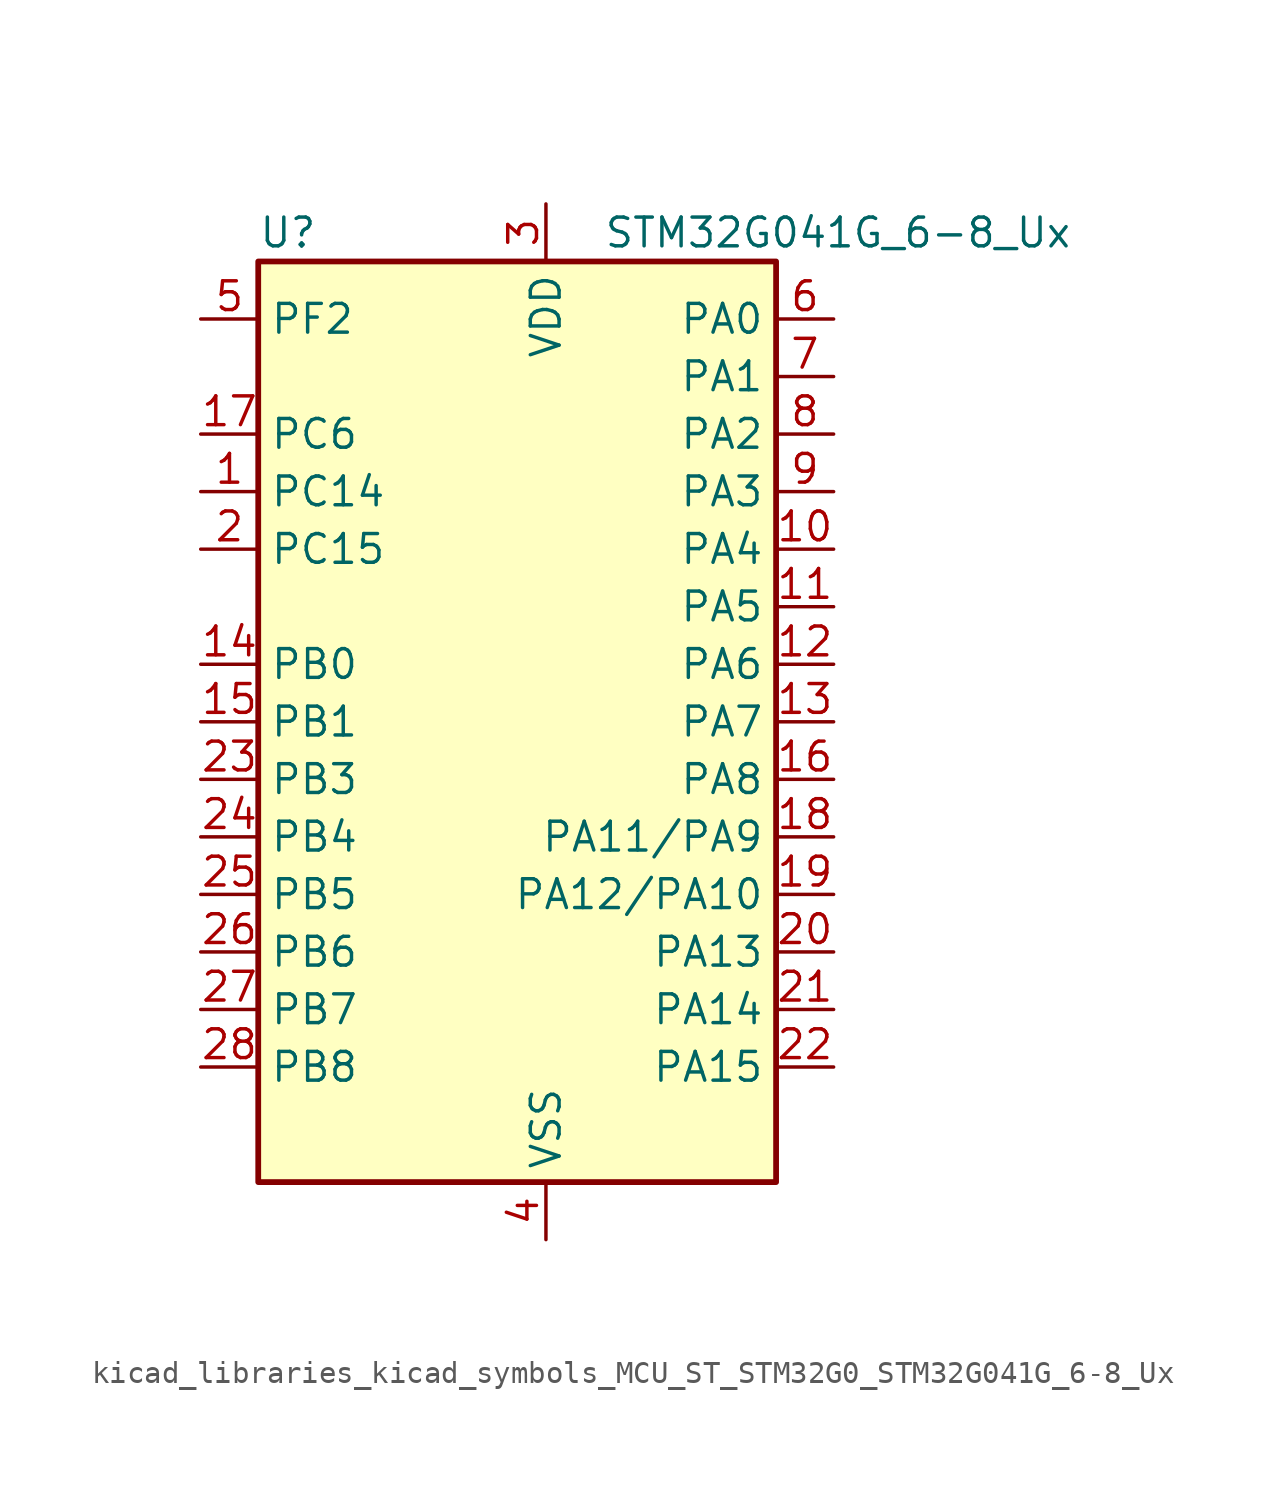
<source format=kicad_sym>
(kicad_symbol_lib
  (version 20220914)
  (generator kicad_symbol_editor)
  (symbol "kicad_libraries_kicad_symbols_MCU_ST_STM32G0_STM32G041G_6-8_Ux"
    (property "Reference" "U"
      (at -10.16 21.59 0)
      (effects (font (size 1.27 1.27)) (justify left)))
    (property "Value" "STM32G041G_6-8_Ux"
      (at 5.08 21.59 0)
      (effects (font (size 1.27 1.27)) (justify left)))
    (property "ki_locked" ""
      (at 0 0 0)
      (effects (font (size 1.27 1.27))))
    (symbol "kicad_libraries_kicad_symbols_MCU_ST_STM32G0_STM32G041G_6-8_Ux_0_1"
      (rectangle (start -10.16 -20.32) (end 12.7 20.32) (stroke (width 0.254) (type default)) (fill (type background))))
    (symbol "kicad_libraries_kicad_symbols_MCU_ST_STM32G0_STM32G041G_6-8_Ux_1_1"
      (pin bidirectional line (at -12.7 10.16 0) (length 2.54) (name "PC14" (effects (font (size 1.27 1.27)))) (number "1" (effects (font (size 1.27 1.27)))) (alternate "RCC_OSC32_IN" bidirectional line) (alternate "RCC_OSC_IN" bidirectional line) (alternate "TIM1_BK2" bidirectional line))
      (pin bidirectional line (at 15.24 7.62 180) (length 2.54) (name "PA4" (effects (font (size 1.27 1.27)))) (number "10" (effects (font (size 1.27 1.27)))) (alternate "ADC1_IN4" bidirectional line) (alternate "I2S1_WS" bidirectional line) (alternate "LPTIM2_OUT" bidirectional line) (alternate "RTC_OUT_ALARM" bidirectional line) (alternate "RTC_OUT_CALIB" bidirectional line) (alternate "RTC_TAMP_IN1" bidirectional line) (alternate "RTC_TS" bidirectional line) (alternate "SPI1_NSS" bidirectional line) (alternate "SPI2_MOSI" bidirectional line) (alternate "SYS_WKUP2" bidirectional line) (alternate "TIM14_CH1" bidirectional line))
      (pin bidirectional line (at 15.24 5.08 180) (length 2.54) (name "PA5" (effects (font (size 1.27 1.27)))) (number "11" (effects (font (size 1.27 1.27)))) (alternate "ADC1_IN5" bidirectional line) (alternate "I2S1_CK" bidirectional line) (alternate "LPTIM2_ETR" bidirectional line) (alternate "SPI1_SCK" bidirectional line) (alternate "TIM2_CH1" bidirectional line) (alternate "TIM2_ETR" bidirectional line))
      (pin bidirectional line (at 15.24 2.54 180) (length 2.54) (name "PA6" (effects (font (size 1.27 1.27)))) (number "12" (effects (font (size 1.27 1.27)))) (alternate "ADC1_IN6" bidirectional line) (alternate "I2S1_MCK" bidirectional line) (alternate "LPUART1_CTS" bidirectional line) (alternate "SPI1_MISO" bidirectional line) (alternate "TIM16_CH1" bidirectional line) (alternate "TIM1_BK" bidirectional line) (alternate "TIM3_CH1" bidirectional line))
      (pin bidirectional line (at 15.24 0 180) (length 2.54) (name "PA7" (effects (font (size 1.27 1.27)))) (number "13" (effects (font (size 1.27 1.27)))) (alternate "ADC1_IN7" bidirectional line) (alternate "I2S1_SD" bidirectional line) (alternate "SPI1_MOSI" bidirectional line) (alternate "TIM14_CH1" bidirectional line) (alternate "TIM17_CH1" bidirectional line) (alternate "TIM1_CH1N" bidirectional line) (alternate "TIM3_CH2" bidirectional line))
      (pin bidirectional line (at -12.7 2.54 0) (length 2.54) (name "PB0" (effects (font (size 1.27 1.27)))) (number "14" (effects (font (size 1.27 1.27)))) (alternate "ADC1_IN8" bidirectional line) (alternate "I2S1_WS" bidirectional line) (alternate "LPTIM1_OUT" bidirectional line) (alternate "SPI1_NSS" bidirectional line) (alternate "TIM1_CH2N" bidirectional line) (alternate "TIM3_CH3" bidirectional line))
      (pin bidirectional line (at -12.7 0 0) (length 2.54) (name "PB1" (effects (font (size 1.27 1.27)))) (number "15" (effects (font (size 1.27 1.27)))) (alternate "ADC1_IN9" bidirectional line) (alternate "LPTIM2_IN1" bidirectional line) (alternate "LPUART1_DE" bidirectional line) (alternate "LPUART1_RTS" bidirectional line) (alternate "TIM14_CH1" bidirectional line) (alternate "TIM1_CH3N" bidirectional line) (alternate "TIM3_CH4" bidirectional line))
      (pin bidirectional line (at 15.24 -2.54 180) (length 2.54) (name "PA8" (effects (font (size 1.27 1.27)))) (number "16" (effects (font (size 1.27 1.27)))) (alternate "LPTIM2_OUT" bidirectional line) (alternate "RCC_MCO" bidirectional line) (alternate "SPI2_NSS" bidirectional line) (alternate "TIM1_CH1" bidirectional line))
      (pin bidirectional line (at -12.7 12.7 0) (length 2.54) (name "PC6" (effects (font (size 1.27 1.27)))) (number "17" (effects (font (size 1.27 1.27)))) (alternate "TIM2_CH3" bidirectional line) (alternate "TIM3_CH1" bidirectional line))
      (pin bidirectional line (at 15.24 -5.08 180) (length 2.54) (name "PA11/PA9" (effects (font (size 1.27 1.27)))) (number "18" (effects (font (size 1.27 1.27)))) (alternate "ADC1_EXTI11" bidirectional line) (alternate "ADC1_IN15" bidirectional line) (alternate "I2C2_SCL" bidirectional line) (alternate "I2S1_MCK" bidirectional line) (alternate "SPI1_MISO" bidirectional line) (alternate "TIM1_BK2" bidirectional line) (alternate "TIM1_CH4" bidirectional line) (alternate "USART1_CTS" bidirectional line) (alternate "USART1_NSS" bidirectional line))
      (pin bidirectional line (at 15.24 -7.62 180) (length 2.54) (name "PA12/PA10" (effects (font (size 1.27 1.27)))) (number "19" (effects (font (size 1.27 1.27)))) (alternate "ADC1_IN16" bidirectional line) (alternate "I2C2_SDA" bidirectional line) (alternate "I2S1_SD" bidirectional line) (alternate "I2S_CKIN" bidirectional line) (alternate "SPI1_MOSI" bidirectional line) (alternate "TIM1_ETR" bidirectional line) (alternate "USART1_CK" bidirectional line) (alternate "USART1_DE" bidirectional line) (alternate "USART1_RTS" bidirectional line))
      (pin bidirectional line (at -12.7 7.62 0) (length 2.54) (name "PC15" (effects (font (size 1.27 1.27)))) (number "2" (effects (font (size 1.27 1.27)))) (alternate "RCC_OSC32_EN" bidirectional line) (alternate "RCC_OSC32_OUT" bidirectional line) (alternate "RCC_OSC_EN" bidirectional line))
      (pin bidirectional line (at 15.24 -10.16 180) (length 2.54) (name "PA13" (effects (font (size 1.27 1.27)))) (number "20" (effects (font (size 1.27 1.27)))) (alternate "ADC1_IN17" bidirectional line) (alternate "IR_OUT" bidirectional line) (alternate "SYS_SWDIO" bidirectional line))
      (pin bidirectional line (at 15.24 -12.7 180) (length 2.54) (name "PA14" (effects (font (size 1.27 1.27)))) (number "21" (effects (font (size 1.27 1.27)))) (alternate "ADC1_IN18" bidirectional line) (alternate "SYS_SWCLK" bidirectional line) (alternate "USART2_TX" bidirectional line))
      (pin bidirectional line (at 15.24 -15.24 180) (length 2.54) (name "PA15" (effects (font (size 1.27 1.27)))) (number "22" (effects (font (size 1.27 1.27)))) (alternate "I2S1_WS" bidirectional line) (alternate "SPI1_NSS" bidirectional line) (alternate "TIM2_CH1" bidirectional line) (alternate "TIM2_ETR" bidirectional line) (alternate "USART2_RX" bidirectional line))
      (pin bidirectional line (at -12.7 -2.54 0) (length 2.54) (name "PB3" (effects (font (size 1.27 1.27)))) (number "23" (effects (font (size 1.27 1.27)))) (alternate "I2S1_CK" bidirectional line) (alternate "SPI1_SCK" bidirectional line) (alternate "TIM1_CH2" bidirectional line) (alternate "TIM2_CH2" bidirectional line) (alternate "USART1_CK" bidirectional line) (alternate "USART1_DE" bidirectional line) (alternate "USART1_RTS" bidirectional line))
      (pin bidirectional line (at -12.7 -5.08 0) (length 2.54) (name "PB4" (effects (font (size 1.27 1.27)))) (number "24" (effects (font (size 1.27 1.27)))) (alternate "I2S1_MCK" bidirectional line) (alternate "SPI1_MISO" bidirectional line) (alternate "TIM17_BK" bidirectional line) (alternate "TIM3_CH1" bidirectional line) (alternate "USART1_CTS" bidirectional line) (alternate "USART1_NSS" bidirectional line))
      (pin bidirectional line (at -12.7 -7.62 0) (length 2.54) (name "PB5" (effects (font (size 1.27 1.27)))) (number "25" (effects (font (size 1.27 1.27)))) (alternate "I2C1_SMBA" bidirectional line) (alternate "I2S1_SD" bidirectional line) (alternate "LPTIM1_IN1" bidirectional line) (alternate "SPI1_MOSI" bidirectional line) (alternate "SYS_WKUP6" bidirectional line) (alternate "TIM16_BK" bidirectional line) (alternate "TIM3_CH2" bidirectional line))
      (pin bidirectional line (at -12.7 -10.16 0) (length 2.54) (name "PB6" (effects (font (size 1.27 1.27)))) (number "26" (effects (font (size 1.27 1.27)))) (alternate "I2C1_SCL" bidirectional line) (alternate "LPTIM1_ETR" bidirectional line) (alternate "SPI2_MISO" bidirectional line) (alternate "TIM16_CH1N" bidirectional line) (alternate "TIM1_CH3" bidirectional line) (alternate "USART1_TX" bidirectional line))
      (pin bidirectional line (at -12.7 -12.7 0) (length 2.54) (name "PB7" (effects (font (size 1.27 1.27)))) (number "27" (effects (font (size 1.27 1.27)))) (alternate "ADC1_IN11" bidirectional line) (alternate "I2C1_SDA" bidirectional line) (alternate "LPTIM1_IN2" bidirectional line) (alternate "SPI2_MOSI" bidirectional line) (alternate "SYS_PVD_IN" bidirectional line) (alternate "TIM17_CH1N" bidirectional line) (alternate "USART1_RX" bidirectional line))
      (pin bidirectional line (at -12.7 -15.24 0) (length 2.54) (name "PB8" (effects (font (size 1.27 1.27)))) (number "28" (effects (font (size 1.27 1.27)))) (alternate "I2C1_SCL" bidirectional line) (alternate "SPI2_SCK" bidirectional line) (alternate "TIM16_CH1" bidirectional line))
      (pin power_in line (at 2.54 22.86 270) (length 2.54) (name "VDD" (effects (font (size 1.27 1.27)))) (number "3" (effects (font (size 1.27 1.27)))))
      (pin power_in line (at 2.54 -22.86 90) (length 2.54) (name "VSS" (effects (font (size 1.27 1.27)))) (number "4" (effects (font (size 1.27 1.27)))))
      (pin bidirectional line (at -12.7 17.78 0) (length 2.54) (name "PF2" (effects (font (size 1.27 1.27)))) (number "5" (effects (font (size 1.27 1.27)))) (alternate "RCC_MCO" bidirectional line))
      (pin bidirectional line (at 15.24 17.78 180) (length 2.54) (name "PA0" (effects (font (size 1.27 1.27)))) (number "6" (effects (font (size 1.27 1.27)))) (alternate "ADC1_IN0" bidirectional line) (alternate "LPTIM1_OUT" bidirectional line) (alternate "RTC_TAMP_IN2" bidirectional line) (alternate "SPI2_SCK" bidirectional line) (alternate "SYS_WKUP1" bidirectional line) (alternate "TIM2_CH1" bidirectional line) (alternate "TIM2_ETR" bidirectional line) (alternate "USART2_CTS" bidirectional line) (alternate "USART2_NSS" bidirectional line))
      (pin bidirectional line (at 15.24 15.24 180) (length 2.54) (name "PA1" (effects (font (size 1.27 1.27)))) (number "7" (effects (font (size 1.27 1.27)))) (alternate "ADC1_IN1" bidirectional line) (alternate "I2C1_SMBA" bidirectional line) (alternate "I2S1_CK" bidirectional line) (alternate "SPI1_SCK" bidirectional line) (alternate "TIM2_CH2" bidirectional line) (alternate "USART2_CK" bidirectional line) (alternate "USART2_DE" bidirectional line) (alternate "USART2_RTS" bidirectional line))
      (pin bidirectional line (at 15.24 12.7 180) (length 2.54) (name "PA2" (effects (font (size 1.27 1.27)))) (number "8" (effects (font (size 1.27 1.27)))) (alternate "ADC1_IN2" bidirectional line) (alternate "I2S1_SD" bidirectional line) (alternate "LPUART1_TX" bidirectional line) (alternate "RCC_LSCO" bidirectional line) (alternate "SPI1_MOSI" bidirectional line) (alternate "SYS_WKUP4" bidirectional line) (alternate "TIM2_CH3" bidirectional line) (alternate "USART2_TX" bidirectional line))
      (pin bidirectional line (at 15.24 10.16 180) (length 2.54) (name "PA3" (effects (font (size 1.27 1.27)))) (number "9" (effects (font (size 1.27 1.27)))) (alternate "ADC1_IN3" bidirectional line) (alternate "LPUART1_RX" bidirectional line) (alternate "SPI2_MISO" bidirectional line) (alternate "TIM2_CH4" bidirectional line) (alternate "USART2_RX" bidirectional line)))))
</source>
